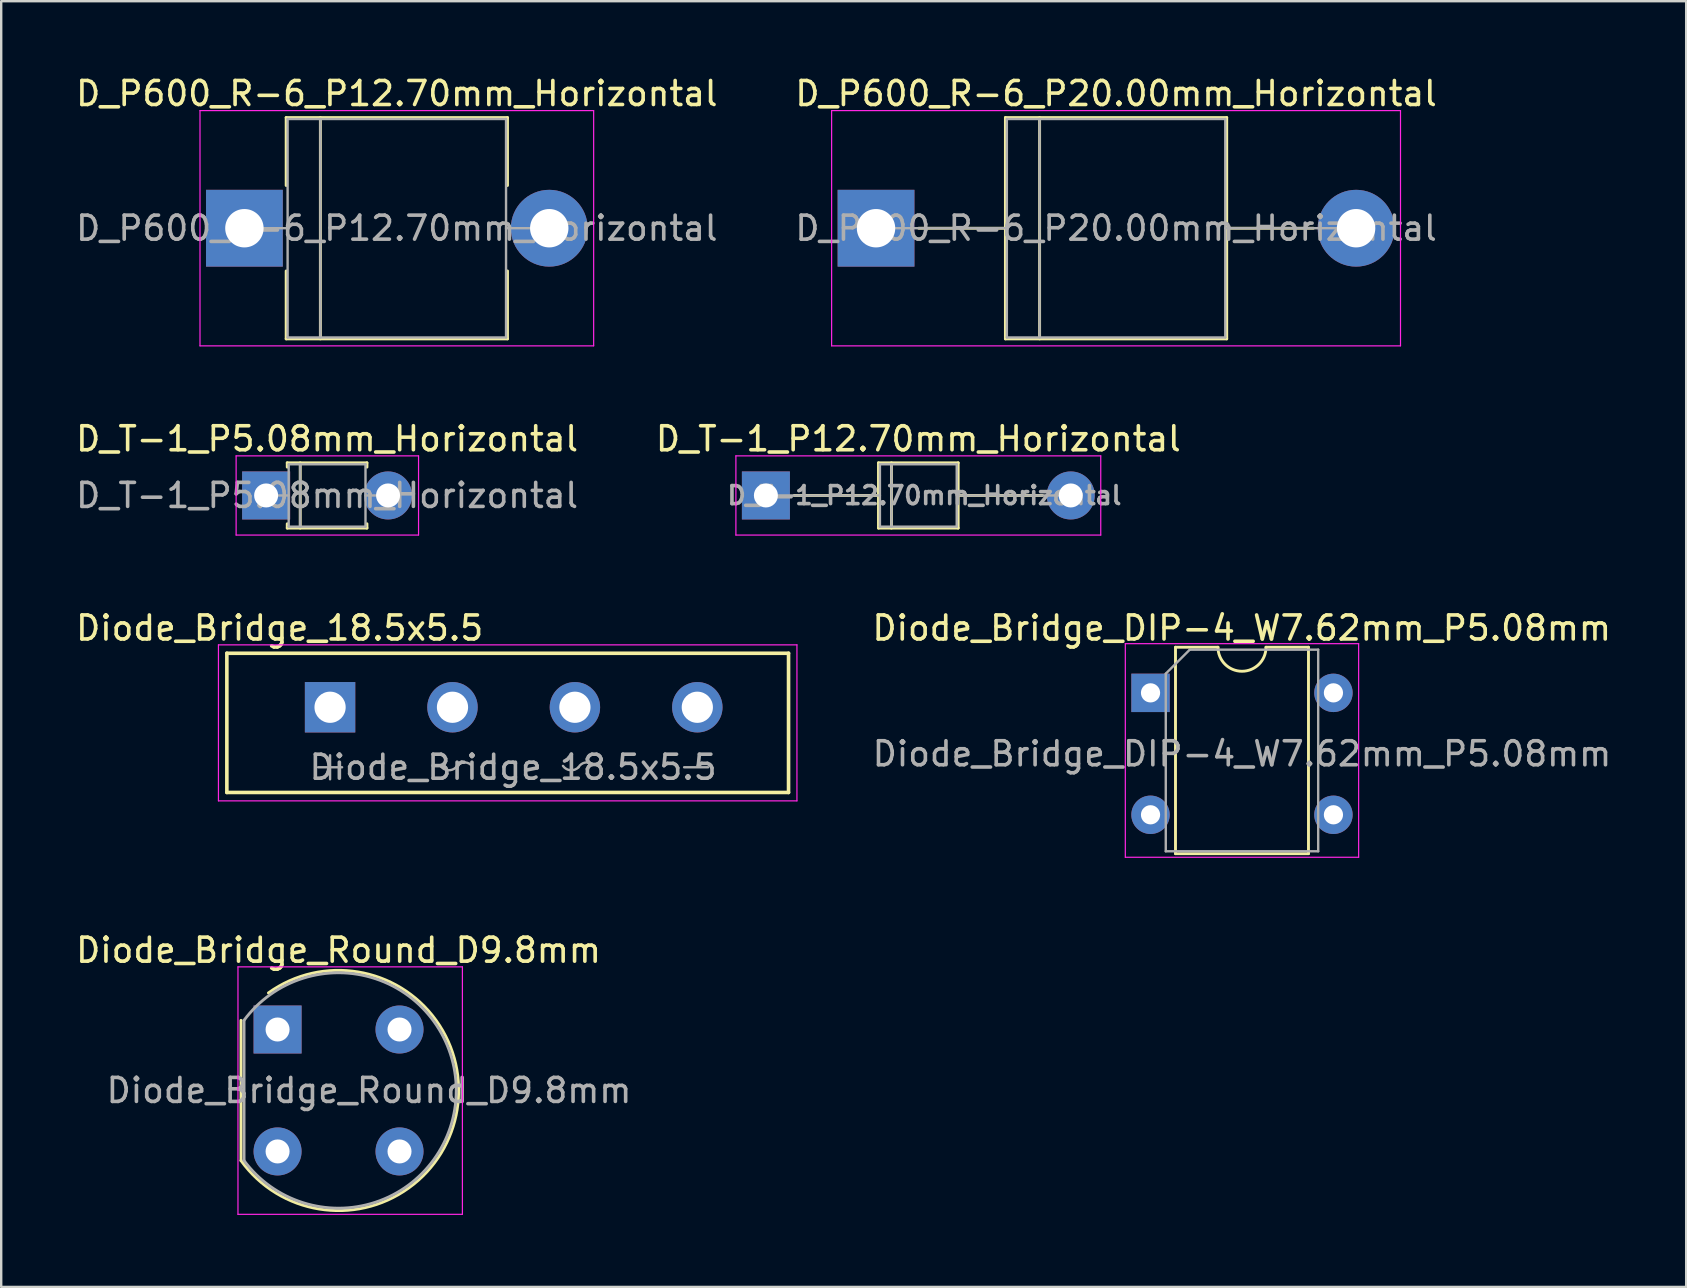
<source format=kicad_pcb>
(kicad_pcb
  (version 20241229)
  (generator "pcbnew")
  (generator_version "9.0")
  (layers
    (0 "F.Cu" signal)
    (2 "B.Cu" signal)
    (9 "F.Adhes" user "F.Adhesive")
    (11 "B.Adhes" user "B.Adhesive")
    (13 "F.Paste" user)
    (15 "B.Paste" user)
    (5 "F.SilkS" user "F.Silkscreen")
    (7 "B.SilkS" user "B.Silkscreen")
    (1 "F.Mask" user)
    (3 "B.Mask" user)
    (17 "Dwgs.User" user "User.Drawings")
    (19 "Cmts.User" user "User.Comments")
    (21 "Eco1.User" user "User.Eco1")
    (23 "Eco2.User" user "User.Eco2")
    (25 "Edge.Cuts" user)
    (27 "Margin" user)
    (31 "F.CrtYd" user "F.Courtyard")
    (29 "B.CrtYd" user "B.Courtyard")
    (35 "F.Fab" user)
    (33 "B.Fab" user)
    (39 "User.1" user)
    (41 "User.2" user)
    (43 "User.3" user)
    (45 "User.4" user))
  (footprint "D_T-1_P12.70mm_Horizontal"
    (layer "F.Cu")
    (at 28.858 17.591)
    (property "Reference" "D_T-1_P12.70mm_Horizontal" (at 6.35 -2.36 0) (layer "F.SilkS") (effects (font (size 1 1) (thickness 0.15))))
    (attr through_hole)
    (fp_line (start 1.18 0) (end 4.69 0) (stroke (width 0.12) (type solid)) (layer "F.SilkS"))
    (fp_line (start 4.69 -1.36) (end 4.69 1.36) (stroke (width 0.12) (type solid)) (layer "F.SilkS"))
    (fp_line (start 4.69 1.36) (end 8.01 1.36) (stroke (width 0.12) (type solid)) (layer "F.SilkS"))
    (fp_line (start 5.23 -1.36) (end 5.23 1.36) (stroke (width 0.12) (type solid)) (layer "F.SilkS"))
    (fp_line (start 8.01 -1.36) (end 4.69 -1.36) (stroke (width 0.12) (type solid)) (layer "F.SilkS"))
    (fp_line (start 8.01 1.36) (end 8.01 -1.36) (stroke (width 0.12) (type solid)) (layer "F.SilkS"))
    (fp_line (start 11.52 0) (end 8.01 0) (stroke (width 0.12) (type solid)) (layer "F.SilkS"))
    (fp_line (start -1.25 -1.65) (end -1.25 1.65) (stroke (width 0.05) (type solid)) (layer "F.CrtYd"))
    (fp_line (start -1.25 1.65) (end 13.95 1.65) (stroke (width 0.05) (type solid)) (layer "F.CrtYd"))
    (fp_line (start 13.95 -1.65) (end -1.25 -1.65) (stroke (width 0.05) (type solid)) (layer "F.CrtYd"))
    (fp_line (start 13.95 1.65) (end 13.95 -1.65) (stroke (width 0.05) (type solid)) (layer "F.CrtYd"))
    (fp_line (start 0 0) (end 4.75 0) (stroke (width 0.1) (type solid)) (layer "F.Fab"))
    (fp_line (start 4.75 -1.3) (end 4.75 1.3) (stroke (width 0.1) (type solid)) (layer "F.Fab"))
    (fp_line (start 4.75 1.3) (end 7.95 1.3) (stroke (width 0.1) (type solid)) (layer "F.Fab"))
    (fp_line (start 5.23 -1.3) (end 5.23 1.3) (stroke (width 0.1) (type solid)) (layer "F.Fab"))
    (fp_line (start 7.95 -1.3) (end 4.75 -1.3) (stroke (width 0.1) (type solid)) (layer "F.Fab"))
    (fp_line (start 7.95 1.3) (end 7.95 -1.3) (stroke (width 0.1) (type solid)) (layer "F.Fab"))
    (fp_line (start 12.7 0) (end 7.95 0) (stroke (width 0.1) (type solid)) (layer "F.Fab"))
    (fp_text user "${REFERENCE}" (at 6.604 0 0) (layer "F.Fab") (effects (font (size 0.75 0.75) (thickness 0.15))))
    (pad "1" thru_hole rect (at 0 0) (size 2 2) (drill 1) (layers "*.Cu" "*.Mask"))
    (pad "2" thru_hole oval (at 12.7 0) (size 2 2) (drill 1) (layers "*.Cu" "*.Mask")))
  (footprint "D_T-1_P5.08mm_Horizontal"
    (layer "F.Cu")
    (at 8.037 17.591)
    (property "Reference" "D_T-1_P5.08mm_Horizontal" (at 2.54 -2.36 0) (layer "F.SilkS") (effects (font (size 1 1) (thickness 0.15))))
    (attr through_hole)
    (fp_line (start 0.88 -1.36) (end 4.2 -1.36) (stroke (width 0.12) (type solid)) (layer "F.SilkS"))
    (fp_line (start 0.88 -1.18) (end 0.88 -1.36) (stroke (width 0.12) (type solid)) (layer "F.SilkS"))
    (fp_line (start 0.88 1.18) (end 0.88 1.36) (stroke (width 0.12) (type solid)) (layer "F.SilkS"))
    (fp_line (start 0.88 1.36) (end 4.2 1.36) (stroke (width 0.12) (type solid)) (layer "F.SilkS"))
    (fp_line (start 1.42 -1.36) (end 1.42 1.36) (stroke (width 0.12) (type solid)) (layer "F.SilkS"))
    (fp_line (start 4.2 -1.36) (end 4.2 -1.18) (stroke (width 0.12) (type solid)) (layer "F.SilkS"))
    (fp_line (start 4.2 1.36) (end 4.2 1.18) (stroke (width 0.12) (type solid)) (layer "F.SilkS"))
    (fp_line (start -1.25 -1.65) (end -1.25 1.65) (stroke (width 0.05) (type solid)) (layer "F.CrtYd"))
    (fp_line (start -1.25 1.65) (end 6.35 1.65) (stroke (width 0.05) (type solid)) (layer "F.CrtYd"))
    (fp_line (start 6.35 -1.65) (end -1.25 -1.65) (stroke (width 0.05) (type solid)) (layer "F.CrtYd"))
    (fp_line (start 6.35 1.65) (end 6.35 -1.65) (stroke (width 0.05) (type solid)) (layer "F.CrtYd"))
    (fp_line (start 0 0) (end 0.94 0) (stroke (width 0.1) (type solid)) (layer "F.Fab"))
    (fp_line (start 0.94 -1.3) (end 0.94 1.3) (stroke (width 0.1) (type solid)) (layer "F.Fab"))
    (fp_line (start 0.94 1.3) (end 4.14 1.3) (stroke (width 0.1) (type solid)) (layer "F.Fab"))
    (fp_line (start 1.42 -1.3) (end 1.42 1.3) (stroke (width 0.1) (type solid)) (layer "F.Fab"))
    (fp_line (start 4.14 -1.3) (end 0.94 -1.3) (stroke (width 0.1) (type solid)) (layer "F.Fab"))
    (fp_line (start 4.14 1.3) (end 4.14 -1.3) (stroke (width 0.1) (type solid)) (layer "F.Fab"))
    (fp_line (start 5.08 0) (end 4.14 0) (stroke (width 0.1) (type solid)) (layer "F.Fab"))
    (fp_text user "${REFERENCE}" (at 2.54 0 0) (layer "F.Fab") (effects (font (size 1 1) (thickness 0.15))))
    (pad "1" thru_hole rect (at 0 0) (size 2 2) (drill 1) (layers "*.Cu" "*.Mask"))
    (pad "2" thru_hole oval (at 5.08 0) (size 2 2) (drill 1) (layers "*.Cu" "*.Mask")))
  (footprint "D_P600_R-6_P12.70mm_Horizontal"
    (layer "F.Cu")
    (at 7.132 6.458)
    (property "Reference" "D_P600_R-6_P12.70mm_Horizontal" (at 6.35 -5.61 0) (layer "F.SilkS") (effects (font (size 1 1) (thickness 0.15))))
    (attr through_hole)
    (fp_line (start 1.74 -4.61) (end 10.96 -4.61) (stroke (width 0.12) (type solid)) (layer "F.SilkS"))
    (fp_line (start 1.74 -1.78) (end 1.74 -4.61) (stroke (width 0.12) (type solid)) (layer "F.SilkS"))
    (fp_line (start 1.74 1.78) (end 1.74 4.61) (stroke (width 0.12) (type solid)) (layer "F.SilkS"))
    (fp_line (start 1.74 4.61) (end 10.96 4.61) (stroke (width 0.12) (type solid)) (layer "F.SilkS"))
    (fp_line (start 3.165 -4.61) (end 3.165 4.61) (stroke (width 0.12) (type solid)) (layer "F.SilkS"))
    (fp_line (start 10.96 -4.61) (end 10.96 -1.78) (stroke (width 0.12) (type solid)) (layer "F.SilkS"))
    (fp_line (start 10.96 4.61) (end 10.96 1.78) (stroke (width 0.12) (type solid)) (layer "F.SilkS"))
    (fp_line (start -1.85 -4.9) (end -1.85 4.9) (stroke (width 0.05) (type solid)) (layer "F.CrtYd"))
    (fp_line (start -1.85 4.9) (end 14.55 4.9) (stroke (width 0.05) (type solid)) (layer "F.CrtYd"))
    (fp_line (start 14.55 -4.9) (end -1.85 -4.9) (stroke (width 0.05) (type solid)) (layer "F.CrtYd"))
    (fp_line (start 14.55 4.9) (end 14.55 -4.9) (stroke (width 0.05) (type solid)) (layer "F.CrtYd"))
    (fp_line (start 0 0) (end 1.8 0) (stroke (width 0.1) (type solid)) (layer "F.Fab"))
    (fp_line (start 1.8 -4.55) (end 1.8 4.55) (stroke (width 0.1) (type solid)) (layer "F.Fab"))
    (fp_line (start 1.8 4.55) (end 10.9 4.55) (stroke (width 0.1) (type solid)) (layer "F.Fab"))
    (fp_line (start 3.165 -4.55) (end 3.165 4.55) (stroke (width 0.1) (type solid)) (layer "F.Fab"))
    (fp_line (start 10.9 -4.55) (end 1.8 -4.55) (stroke (width 0.1) (type solid)) (layer "F.Fab"))
    (fp_line (start 10.9 4.55) (end 10.9 -4.55) (stroke (width 0.1) (type solid)) (layer "F.Fab"))
    (fp_line (start 12.7 0) (end 10.9 0) (stroke (width 0.1) (type solid)) (layer "F.Fab"))
    (fp_text user "${REFERENCE}" (at 6.35 0 0) (layer "F.Fab") (effects (font (size 1 1) (thickness 0.15))))
    (pad "1" thru_hole rect (at 0 0) (size 3.2 3.2) (drill 1.6) (layers "*.Cu" "*.Mask"))
    (pad "2" thru_hole oval (at 12.7 0) (size 3.2 3.2) (drill 1.6) (layers "*.Cu" "*.Mask")))
  (footprint "Diode_Bridge_Round_D9.8mm"
    (layer "F.Cu")
    (at 8.514 39.84)
    (property "Reference" "Diode_Bridge_Round_D9.8mm" (at 2.54 -3.302 0) (layer "F.SilkS") (effects (font (size 1 1) (thickness 0.15))))
    (attr through_hole)
    (fp_line (start -1.524 -0.381) (end -1.524 5.461) (stroke (width 0.12) (type solid)) (layer "F.SilkS"))
    (fp_arc (start -0.381 -1.524) (mid 7.479141 3.348223) (end -1.524 5.461) (stroke (width 0.12) (type solid)) (layer "F.SilkS"))
    (fp_line (start -1.65 -2.61) (end -1.65 7.7) (stroke (width 0.05) (type solid)) (layer "F.CrtYd"))
    (fp_line (start -1.65 -2.61) (end 7.7 -2.61) (stroke (width 0.05) (type solid)) (layer "F.CrtYd"))
    (fp_line (start 7.7 7.7) (end -1.65 7.7) (stroke (width 0.05) (type solid)) (layer "F.CrtYd"))
    (fp_line (start 7.7 7.7) (end 7.7 -2.61) (stroke (width 0.05) (type solid)) (layer "F.CrtYd"))
    (fp_line (start -1.397 5.461) (end -1.397 -0.381) (stroke (width 0.12) (type solid)) (layer "F.Fab"))
    (fp_arc (start -1.4 -0.38) (mid 7.444079 2.54366) (end -1.404354 5.454115) (stroke (width 0.12) (type solid)) (layer "F.Fab"))
    (fp_text user "${REFERENCE}" (at 3.81 2.54 0) (layer "F.Fab") (effects (font (size 1 1) (thickness 0.15))))
    (pad "1" thru_hole rect (at 0 0) (size 2 2) (drill 1) (layers "*.Cu" "*.Mask"))
    (pad "2" thru_hole oval (at 0 5.08) (size 2 2) (drill 1) (layers "*.Cu" "*.Mask"))
    (pad "3" thru_hole oval (at 5.08 5.08) (size 2 2) (drill 1) (layers "*.Cu" "*.Mask"))
    (pad "4" thru_hole oval (at 5.08 0) (size 2 2) (drill 1) (layers "*.Cu" "*.Mask")))
  (footprint "D_P600_R-6_P20.00mm_Horizontal"
    (layer "F.Cu")
    (at 33.446 6.458)
    (property "Reference" "D_P600_R-6_P20.00mm_Horizontal" (at 10 -5.61 0) (layer "F.SilkS") (effects (font (size 1 1) (thickness 0.15))))
    (attr through_hole)
    (fp_line (start 1.78 0) (end 5.39 0) (stroke (width 0.12) (type solid)) (layer "F.SilkS"))
    (fp_line (start 5.39 -4.61) (end 5.39 4.61) (stroke (width 0.12) (type solid)) (layer "F.SilkS"))
    (fp_line (start 5.39 4.61) (end 14.61 4.61) (stroke (width 0.12) (type solid)) (layer "F.SilkS"))
    (fp_line (start 6.815 -4.61) (end 6.815 4.61) (stroke (width 0.12) (type solid)) (layer "F.SilkS"))
    (fp_line (start 14.61 -4.61) (end 5.39 -4.61) (stroke (width 0.12) (type solid)) (layer "F.SilkS"))
    (fp_line (start 14.61 4.61) (end 14.61 -4.61) (stroke (width 0.12) (type solid)) (layer "F.SilkS"))
    (fp_line (start 18.22 0) (end 14.61 0) (stroke (width 0.12) (type solid)) (layer "F.SilkS"))
    (fp_line (start -1.85 -4.9) (end -1.85 4.9) (stroke (width 0.05) (type solid)) (layer "F.CrtYd"))
    (fp_line (start -1.85 4.9) (end 21.85 4.9) (stroke (width 0.05) (type solid)) (layer "F.CrtYd"))
    (fp_line (start 21.85 -4.9) (end -1.85 -4.9) (stroke (width 0.05) (type solid)) (layer "F.CrtYd"))
    (fp_line (start 21.85 4.9) (end 21.85 -4.9) (stroke (width 0.05) (type solid)) (layer "F.CrtYd"))
    (fp_line (start 0 0) (end 5.45 0) (stroke (width 0.1) (type solid)) (layer "F.Fab"))
    (fp_line (start 5.45 -4.55) (end 5.45 4.55) (stroke (width 0.1) (type solid)) (layer "F.Fab"))
    (fp_line (start 5.45 4.55) (end 14.55 4.55) (stroke (width 0.1) (type solid)) (layer "F.Fab"))
    (fp_line (start 6.815 -4.55) (end 6.815 4.55) (stroke (width 0.1) (type solid)) (layer "F.Fab"))
    (fp_line (start 14.55 -4.55) (end 5.45 -4.55) (stroke (width 0.1) (type solid)) (layer "F.Fab"))
    (fp_line (start 14.55 4.55) (end 14.55 -4.55) (stroke (width 0.1) (type solid)) (layer "F.Fab"))
    (fp_line (start 20 0) (end 14.55 0) (stroke (width 0.1) (type solid)) (layer "F.Fab"))
    (fp_text user "${REFERENCE}" (at 10 0 0) (layer "F.Fab") (effects (font (size 1 1) (thickness 0.15))))
    (pad "1" thru_hole rect (at 0 0) (size 3.2 3.2) (drill 1.6) (layers "*.Cu" "*.Mask"))
    (pad "2" thru_hole oval (at 20 0) (size 3.2 3.2) (drill 1.6) (layers "*.Cu" "*.Mask")))
  (footprint "Diode_Bridge_DIP-4_W7.62mm_P5.08mm"
    (layer "F.Cu")
    (at 44.882 25.815)
    (property "Reference" "Diode_Bridge_DIP-4_W7.62mm_P5.08mm" (at 3.8 -2.7 0) (layer "F.SilkS") (effects (font (size 1 1) (thickness 0.15))))
    (attr through_hole)
    (fp_line (start 1.04 -1.9) (end 1.04 6.7) (stroke (width 0.12) (type solid)) (layer "F.SilkS"))
    (fp_line (start 1.04 6.7) (end 6.58 6.7) (stroke (width 0.12) (type solid)) (layer "F.SilkS"))
    (fp_line (start 2.81 -1.9) (end 1.04 -1.9) (stroke (width 0.12) (type solid)) (layer "F.SilkS"))
    (fp_line (start 6.58 -1.9) (end 4.81 -1.9) (stroke (width 0.12) (type solid)) (layer "F.SilkS"))
    (fp_line (start 6.58 6.7) (end 6.58 -1.9) (stroke (width 0.12) (type solid)) (layer "F.SilkS"))
    (fp_arc (start 4.81 -1.9) (mid 3.81 -0.9) (end 2.81 -1.9) (stroke (width 0.12) (type solid)) (layer "F.SilkS"))
    (fp_line (start -1.05 -2.05) (end -1.05 6.85) (stroke (width 0.05) (type solid)) (layer "F.CrtYd"))
    (fp_line (start -1.05 -2.05) (end 8.67 -2.05) (stroke (width 0.05) (type solid)) (layer "F.CrtYd"))
    (fp_line (start 8.67 6.85) (end -1.05 6.85) (stroke (width 0.05) (type solid)) (layer "F.CrtYd"))
    (fp_line (start 8.67 6.85) (end 8.67 -2.05) (stroke (width 0.05) (type solid)) (layer "F.CrtYd"))
    (fp_line (start 0.635 -0.8) (end 1.635 -1.8) (stroke (width 0.1) (type solid)) (layer "F.Fab"))
    (fp_line (start 0.635 6.6) (end 0.635 -0.8) (stroke (width 0.1) (type solid)) (layer "F.Fab"))
    (fp_line (start 1.635 -1.8) (end 6.985 -1.8) (stroke (width 0.1) (type solid)) (layer "F.Fab"))
    (fp_line (start 6.985 -1.8) (end 6.985 6.6) (stroke (width 0.1) (type solid)) (layer "F.Fab"))
    (fp_line (start 6.985 6.6) (end 0.635 6.6) (stroke (width 0.1) (type solid)) (layer "F.Fab"))
    (fp_text user "${REFERENCE}" (at 3.81 2.54 0) (layer "F.Fab") (effects (font (size 1 1) (thickness 0.15))))
    (pad "1" thru_hole rect (at 0 0) (size 1.6 1.6) (drill 0.8) (layers "*.Cu" "*.Mask"))
    (pad "2" thru_hole oval (at 0 5.08) (size 1.6 1.6) (drill 0.8) (layers "*.Cu" "*.Mask"))
    (pad "3" thru_hole oval (at 7.62 5.08) (size 1.6 1.6) (drill 0.8) (layers "*.Cu" "*.Mask"))
    (pad "4" thru_hole oval (at 7.62 0) (size 1.6 1.6) (drill 0.8) (layers "*.Cu" "*.Mask")))
  (footprint "Diode_Bridge_18.5x5.5"
    (layer "F.Cu")
    (at 26.001 26.415)
    (property "Reference" "Diode_Bridge_18.5x5.5" (at -17.4 -3.3 0) (layer "F.SilkS") (effects (font (size 1 1) (thickness 0.15))))
    (attr through_hole)
    (fp_line (start -19.6 -2.25) (end 3.8 -2.25) (stroke (width 0.15) (type solid)) (layer "F.SilkS"))
    (fp_line (start -19.6 3.55) (end -19.6 -2.25) (stroke (width 0.15) (type solid)) (layer "F.SilkS"))
    (fp_line (start 3.8 -2.25) (end 3.8 3.55) (stroke (width 0.15) (type solid)) (layer "F.SilkS"))
    (fp_line (start 3.8 3.55) (end -19.6 3.55) (stroke (width 0.15) (type solid)) (layer "F.SilkS"))
    (fp_line (start -19.95 -2.6) (end 4.15 -2.6) (stroke (width 0.05) (type solid)) (layer "F.CrtYd"))
    (fp_line (start -19.95 3.9) (end -19.95 -2.6) (stroke (width 0.05) (type solid)) (layer "F.CrtYd"))
    (fp_line (start 4.15 -2.6) (end 4.15 3.9) (stroke (width 0.05) (type solid)) (layer "F.CrtYd"))
    (fp_line (start 4.15 3.9) (end -19.95 3.9) (stroke (width 0.05) (type solid)) (layer "F.CrtYd"))
    (fp_line (start -15.8 2.5) (end -14.8 2.5) (stroke (width 0.1) (type solid)) (layer "F.Fab"))
    (fp_line (start -15.3 2) (end -15.3 3) (stroke (width 0.1) (type solid)) (layer "F.Fab"))
    (fp_line (start -0.55 2.5) (end 0.45 2.5) (stroke (width 0.1) (type solid)) (layer "F.Fab"))
    (fp_arc (start -10.05 2.5) (mid -10.386977 2.62265) (end -10.697537 2.443348) (stroke (width 0.1) (type solid)) (layer "F.Fab"))
    (fp_arc (start -10.05 2.5) (mid -9.771767 2.303327) (end -9.442262 2.390047) (stroke (width 0.1) (type solid)) (layer "F.Fab"))
    (fp_arc (start -4.95 2.5) (mid -5.286977 2.62265) (end -5.597537 2.443348) (stroke (width 0.1) (type solid)) (layer "F.Fab"))
    (fp_arc (start -4.95 2.5) (mid -4.671767 2.303327) (end -4.342262 2.390047) (stroke (width 0.1) (type solid)) (layer "F.Fab"))
    (fp_text user "${REFERENCE}" (at -7.675 2.5 0) (layer "F.Fab") (effects (font (size 1 1) (thickness 0.15))))
    (pad "1" thru_hole circle (at 0 0) (size 2.1 2.1) (drill 1.3) (layers "*.Cu" "*.Mask"))
    (pad "2" thru_hole circle (at -10.2 0) (size 2.1 2.1) (drill 1.3) (layers "*.Cu" "*.Mask"))
    (pad "3" thru_hole rect (at -15.3 0) (size 2.1 2.1) (drill 1.3) (layers "*.Cu" "*.Mask"))
    (pad "4" thru_hole circle (at -5.1 0) (size 2.1 2.1) (drill 1.3) (layers "*.Cu" "*.Mask")))
  (gr_rect
    (start -3 -3)
    (end 67.198 50.565)
    (stroke (width 0.1) (type default))
    (fill no)
    (layer "Edge.Cuts")))
</source>
